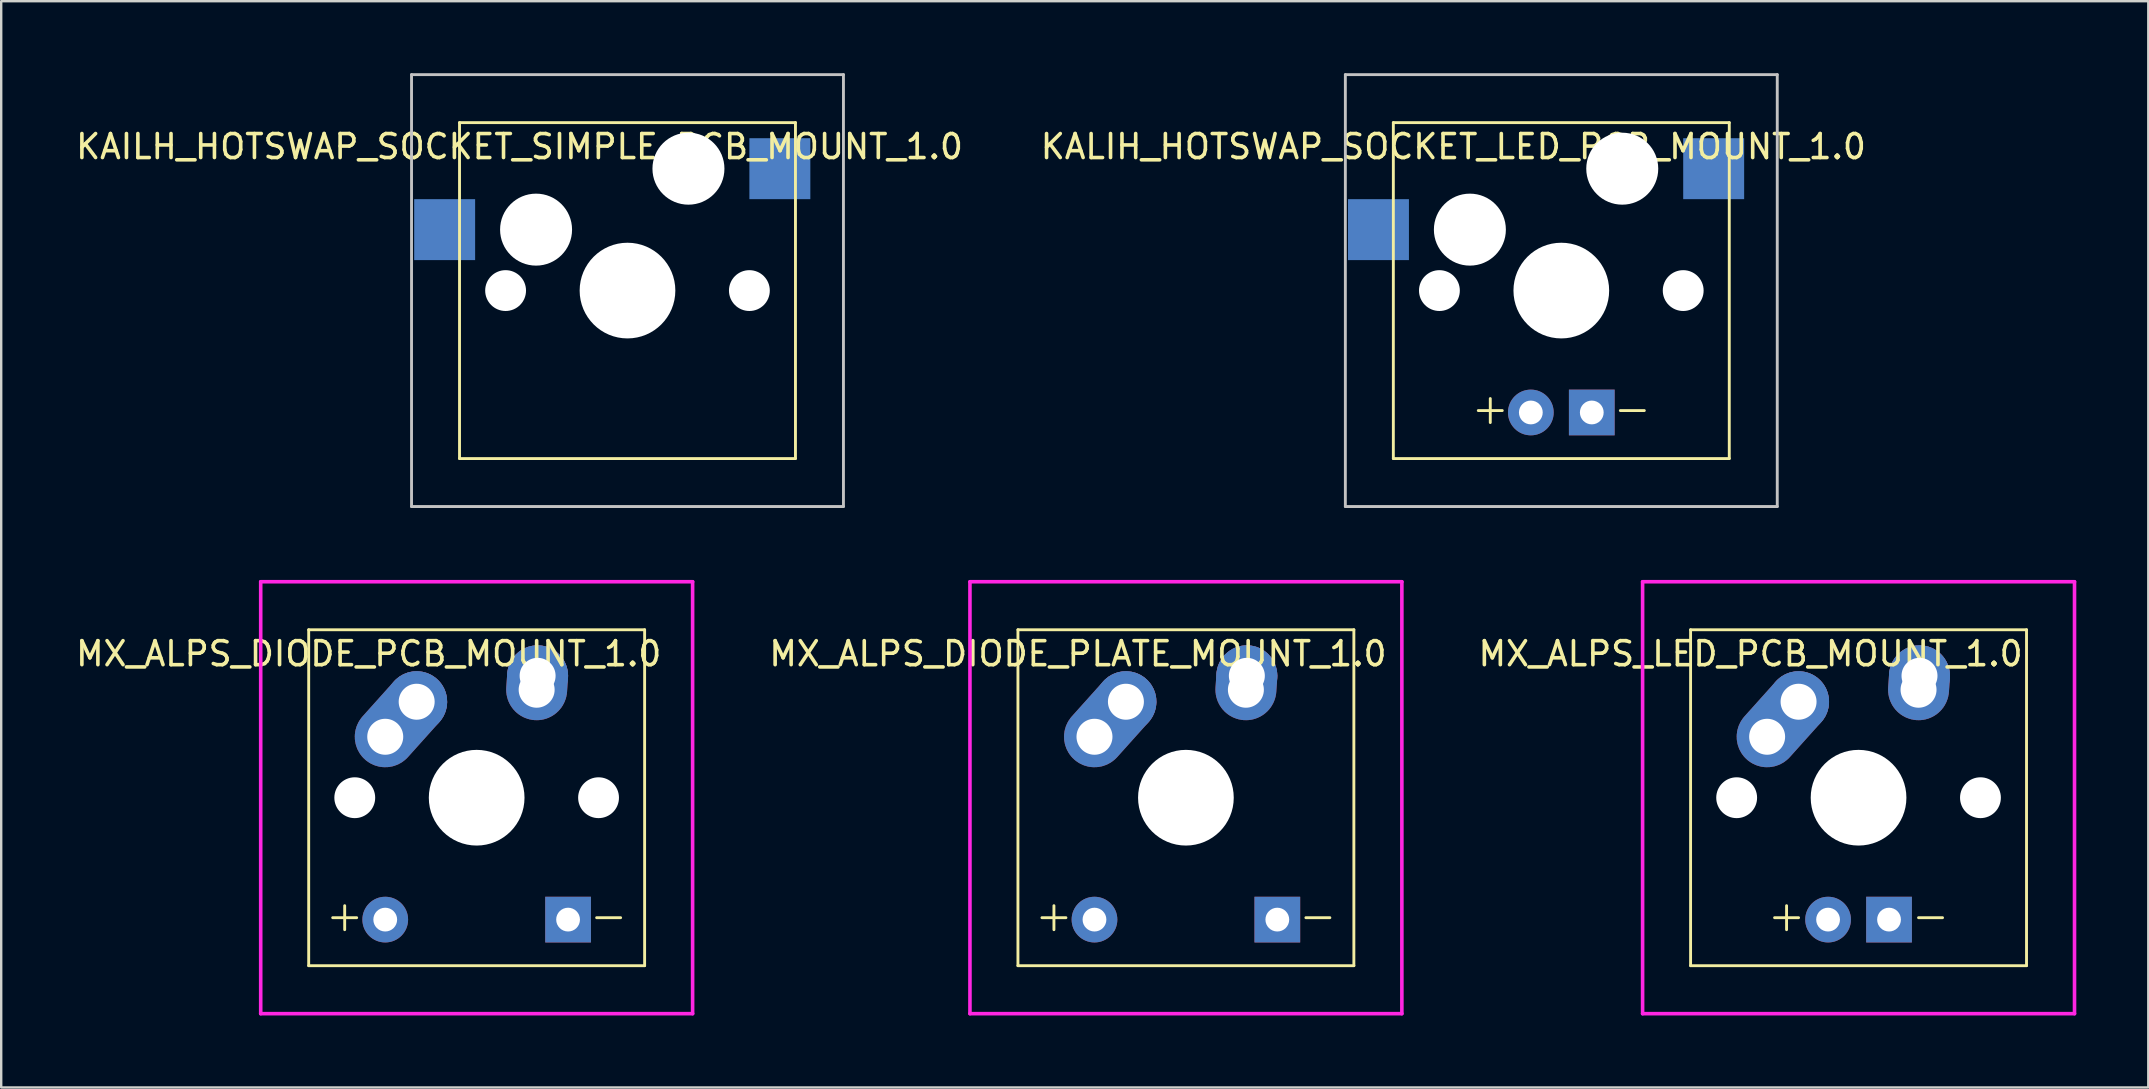
<source format=kicad_pcb>
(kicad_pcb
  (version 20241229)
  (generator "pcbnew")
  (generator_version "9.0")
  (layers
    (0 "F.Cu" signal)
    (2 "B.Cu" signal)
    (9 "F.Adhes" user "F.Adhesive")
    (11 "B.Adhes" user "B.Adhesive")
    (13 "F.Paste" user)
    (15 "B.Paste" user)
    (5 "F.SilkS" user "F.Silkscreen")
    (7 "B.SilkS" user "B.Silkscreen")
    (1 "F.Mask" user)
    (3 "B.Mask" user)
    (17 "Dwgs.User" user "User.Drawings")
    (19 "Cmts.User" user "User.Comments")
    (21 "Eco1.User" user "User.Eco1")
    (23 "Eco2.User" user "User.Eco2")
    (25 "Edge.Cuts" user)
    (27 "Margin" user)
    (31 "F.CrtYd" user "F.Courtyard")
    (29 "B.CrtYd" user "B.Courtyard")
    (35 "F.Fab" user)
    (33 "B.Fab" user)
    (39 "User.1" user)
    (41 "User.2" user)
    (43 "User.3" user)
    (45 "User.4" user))
  (footprint "KAILH_HOTSWAP_SOCKET_SIMPLE_PCB_MOUNT_1.0"
    (layer "F.Cu")
    (at 23.101 9.06)
    (property "Reference" "KAILH_HOTSWAP_SOCKET_SIMPLE_PCB_MOUNT_1.0" (at -4.5 -6 0) (layer "F.SilkS") (effects (font (size 1 1) (thickness 0.15))))
    (attr through_hole)
    (fp_line (start -7 -7) (end -7 7) (stroke (width 0.12) (type solid)) (layer "F.SilkS"))
    (fp_line (start -7 7) (end 7 7) (stroke (width 0.12) (type solid)) (layer "F.SilkS"))
    (fp_line (start 7 -7) (end -7 -7) (stroke (width 0.12) (type solid)) (layer "F.SilkS"))
    (fp_line (start 7 7) (end 7 -7) (stroke (width 0.12) (type solid)) (layer "F.SilkS"))
    (fp_line (start -9 -9) (end -9 9) (stroke (width 0.12) (type solid)) (layer "Dwgs.User"))
    (fp_line (start -9 9) (end 9 9) (stroke (width 0.12) (type solid)) (layer "Dwgs.User"))
    (fp_line (start 9 -9) (end -9 -9) (stroke (width 0.12) (type solid)) (layer "Dwgs.User"))
    (fp_line (start 9 9) (end 9 -9) (stroke (width 0.12) (type solid)) (layer "Dwgs.User"))
    (pad "" np_thru_hole circle (at -5.08 0) (size 1.702 1.702) (drill 1.702) (layers "*.Cu" "*.Mask"))
    (pad "" np_thru_hole circle (at -3.81 -2.54) (size 3 3) (drill 3) (layers "*.Cu" "*.Mask"))
    (pad "" np_thru_hole circle (at 0 0) (size 3.988 3.988) (drill 3.988) (layers "*.Cu" "*.Mask"))
    (pad "" np_thru_hole circle (at 2.54 -5.08) (size 3 3) (drill 3) (layers "*.Cu" "*.Mask"))
    (pad "" np_thru_hole circle (at 5.08 0) (size 1.702 1.702) (drill 1.702) (layers "*.Cu" "*.Mask"))
    (pad "S1" smd rect (at -7.62 -2.54) (size 2.54 2.54) (layers "B.Cu" "B.Mask" "B.Paste"))
    (pad "S2" smd rect (at 6.35 -5.08) (size 2.54 2.54) (layers "B.Cu" "B.Mask" "B.Paste")))
  (footprint "MX_ALPS_LED_PCB_MOUNT_1.0"
    (layer "F.Cu")
    (at 74.406 30.195)
    (property "Reference" "MX_ALPS_LED_PCB_MOUNT_1.0" (at -4.5 -6 0) (layer "F.SilkS") (effects (font (size 1 1) (thickness 0.15))))
    (attr through_hole)
    (fp_line (start -7 -7) (end 7 -7) (stroke (width 0.12) (type solid)) (layer "F.SilkS"))
    (fp_line (start -7 7) (end -7 -7) (stroke (width 0.12) (type solid)) (layer "F.SilkS"))
    (fp_line (start -3.5 5) (end -2.5 5) (stroke (width 0.12) (type solid)) (layer "F.SilkS"))
    (fp_line (start -3 4.5) (end -3 5.5) (stroke (width 0.12) (type solid)) (layer "F.SilkS"))
    (fp_line (start 2.5 5) (end 3.5 5) (stroke (width 0.12) (type solid)) (layer "F.SilkS"))
    (fp_line (start 7 -7) (end 7 7) (stroke (width 0.12) (type solid)) (layer "F.SilkS"))
    (fp_line (start 7 7) (end -7 7) (stroke (width 0.12) (type solid)) (layer "F.SilkS"))
    (fp_line (start -9 -9) (end -9 9) (stroke (width 0.15) (type solid)) (layer "F.CrtYd"))
    (fp_line (start -9 9) (end 9 9) (stroke (width 0.15) (type solid)) (layer "F.CrtYd"))
    (fp_line (start 9 -9) (end -9 -9) (stroke (width 0.15) (type solid)) (layer "F.CrtYd"))
    (fp_line (start 9 9) (end 9 -9) (stroke (width 0.15) (type solid)) (layer "F.CrtYd"))
    (pad "" np_thru_hole circle (at -5.08 0) (size 1.702 1.702) (drill 1.702) (layers "*.Cu" "*.Mask"))
    (pad "" np_thru_hole circle (at 0 0) (size 3.988 3.988) (drill 3.988) (layers "*.Cu" "*.Mask"))
    (pad "" np_thru_hole circle (at 5.08 0) (size 1.702 1.702) (drill 1.702) (layers "*.Cu" "*.Mask"))
    (pad "A" thru_hole circle (at -1.27 5.08) (size 1.905 1.905) (drill 0.991) (layers "*.Cu" "*.Mask"))
    (pad "K" thru_hole rect (at 1.27 5.08) (size 1.905 1.905) (drill 0.991) (layers "*.Cu" "*.Mask"))
    (pad "S1" thru_hole custom (at -3.81 -2.54) (size 2.54 2.54) (drill 1.499) (layers "*.Cu" "*.Mask") (options (anchor circle)) (primitives (gr_line (start 0 0) (end 1.31 -1.46) (width 2.54))))
    (pad "S1" thru_hole circle (at -2.5 -4) (size 2.54 2.54) (drill 1.499) (layers "*.Cu" "*.Mask"))
    (pad "S2" thru_hole custom (at 2.5 -4.5) (size 2.54 2.54) (drill 1.499) (layers "*.Cu" "*.Mask") (options (anchor circle)) (primitives (gr_line (start 0 0) (end 0.04 -0.58) (width 2.54))))
    (pad "S2" thru_hole circle (at 2.54 -5.08) (size 2.54 2.54) (drill 1.499) (layers "*.Cu" "*.Mask")))
  (footprint "MX_ALPS_DIODE_PCB_MOUNT_1.0"
    (layer "F.Cu")
    (at 16.815 30.195)
    (property "Reference" "MX_ALPS_DIODE_PCB_MOUNT_1.0" (at -4.5 -6 0) (layer "F.SilkS") (effects (font (size 1 1) (thickness 0.15))))
    (attr through_hole)
    (fp_line (start -7 -7) (end 7 -7) (stroke (width 0.12) (type solid)) (layer "F.SilkS"))
    (fp_line (start -7 7) (end -7 -7) (stroke (width 0.12) (type solid)) (layer "F.SilkS"))
    (fp_line (start -6 5) (end -5 5) (stroke (width 0.12) (type solid)) (layer "F.SilkS"))
    (fp_line (start -5.5 4.5) (end -5.5 5.5) (stroke (width 0.12) (type solid)) (layer "F.SilkS"))
    (fp_line (start 5 5) (end 6 5) (stroke (width 0.12) (type solid)) (layer "F.SilkS"))
    (fp_line (start 7 -7) (end 7 7) (stroke (width 0.12) (type solid)) (layer "F.SilkS"))
    (fp_line (start 7 7) (end -7 7) (stroke (width 0.12) (type solid)) (layer "F.SilkS"))
    (fp_line (start -9 -9) (end -9 9) (stroke (width 0.15) (type solid)) (layer "F.CrtYd"))
    (fp_line (start -9 9) (end 9 9) (stroke (width 0.15) (type solid)) (layer "F.CrtYd"))
    (fp_line (start 9 -9) (end -9 -9) (stroke (width 0.15) (type solid)) (layer "F.CrtYd"))
    (fp_line (start 9 9) (end 9 -9) (stroke (width 0.15) (type solid)) (layer "F.CrtYd"))
    (pad "" np_thru_hole circle (at -5.08 0) (size 1.702 1.702) (drill 1.702) (layers "*.Cu" "*.Mask"))
    (pad "" np_thru_hole circle (at 0 0) (size 3.988 3.988) (drill 3.988) (layers "*.Cu" "*.Mask"))
    (pad "" np_thru_hole circle (at 5.08 0) (size 1.702 1.702) (drill 1.702) (layers "*.Cu" "*.Mask"))
    (pad "A" thru_hole circle (at -3.81 5.08) (size 1.905 1.905) (drill 0.991) (layers "*.Cu" "*.Mask"))
    (pad "K" thru_hole rect (at 3.81 5.08) (size 1.905 1.905) (drill 0.991) (layers "*.Cu" "*.Mask"))
    (pad "S1" thru_hole custom (at -3.81 -2.54) (size 2.54 2.54) (drill 1.499) (layers "*.Cu" "*.Mask") (options (anchor circle)) (primitives (gr_line (start 0 0) (end 1.31 -1.46) (width 2.54))))
    (pad "S1" thru_hole circle (at -2.5 -4) (size 2.54 2.54) (drill 1.499) (layers "*.Cu" "*.Mask"))
    (pad "S2" thru_hole custom (at 2.5 -4.5) (size 2.54 2.54) (drill 1.499) (layers "*.Cu" "*.Mask") (options (anchor circle)) (primitives (gr_line (start 0 0) (end 0.04 -0.58) (width 2.54))))
    (pad "S2" thru_hole circle (at 2.54 -5.08) (size 2.54 2.54) (drill 1.499) (layers "*.Cu" "*.Mask")))
  (footprint "KALIH_HOTSWAP_SOCKET_LED_PCB_MOUNT_1.0"
    (layer "F.Cu")
    (at 62.018 9.06)
    (property "Reference" "KALIH_HOTSWAP_SOCKET_LED_PCB_MOUNT_1.0" (at -4.5 -6 0) (layer "F.SilkS") (effects (font (size 1 1) (thickness 0.15))))
    (attr through_hole)
    (fp_line (start -7 -7) (end -7 7) (stroke (width 0.12) (type solid)) (layer "F.SilkS"))
    (fp_line (start -7 7) (end 7 7) (stroke (width 0.12) (type solid)) (layer "F.SilkS"))
    (fp_line (start -3.46 5) (end -2.46 5) (stroke (width 0.12) (type solid)) (layer "F.SilkS"))
    (fp_line (start -2.96 4.5) (end -2.96 5.5) (stroke (width 0.12) (type solid)) (layer "F.SilkS"))
    (fp_line (start 2.46 5) (end 3.46 5) (stroke (width 0.12) (type solid)) (layer "F.SilkS"))
    (fp_line (start 7 -7) (end -7 -7) (stroke (width 0.12) (type solid)) (layer "F.SilkS"))
    (fp_line (start 7 7) (end 7 -7) (stroke (width 0.12) (type solid)) (layer "F.SilkS"))
    (fp_line (start -9 -9) (end -9 9) (stroke (width 0.12) (type solid)) (layer "Dwgs.User"))
    (fp_line (start -9 9) (end 9 9) (stroke (width 0.12) (type solid)) (layer "Dwgs.User"))
    (fp_line (start 9 -9) (end -9 -9) (stroke (width 0.12) (type solid)) (layer "Dwgs.User"))
    (fp_line (start 9 9) (end 9 -9) (stroke (width 0.12) (type solid)) (layer "Dwgs.User"))
    (pad "" np_thru_hole circle (at -5.08 0) (size 1.702 1.702) (drill 1.702) (layers "*.Cu" "*.Mask"))
    (pad "" np_thru_hole circle (at -3.81 -2.54) (size 3 3) (drill 3) (layers "*.Cu" "*.Mask"))
    (pad "" np_thru_hole circle (at 0 0) (size 3.988 3.988) (drill 3.988) (layers "*.Cu" "*.Mask"))
    (pad "" np_thru_hole circle (at 2.54 -5.08) (size 3 3) (drill 3) (layers "*.Cu" "*.Mask"))
    (pad "" np_thru_hole circle (at 5.08 0) (size 1.702 1.702) (drill 1.702) (layers "*.Cu" "*.Mask"))
    (pad "A" thru_hole circle (at -1.27 5.08) (size 1.905 1.905) (drill 0.991) (layers "*.Cu" "*.Mask"))
    (pad "K" thru_hole rect (at 1.27 5.08) (size 1.905 1.905) (drill 0.991) (layers "*.Cu" "*.Mask"))
    (pad "S1" smd rect (at -7.62 -2.54) (size 2.54 2.54) (layers "B.Cu" "B.Mask" "B.Paste"))
    (pad "S2" smd rect (at 6.35 -5.08) (size 2.54 2.54) (layers "B.Cu" "B.Mask" "B.Paste")))
  (footprint "MX_ALPS_DIODE_PLATE_MOUNT_1.0"
    (layer "F.Cu")
    (at 46.373 30.195)
    (property "Reference" "MX_ALPS_DIODE_PLATE_MOUNT_1.0" (at -4.5 -6 0) (layer "F.SilkS") (effects (font (size 1 1) (thickness 0.15))))
    (attr through_hole)
    (fp_line (start -7 -7) (end 7 -7) (stroke (width 0.12) (type solid)) (layer "F.SilkS"))
    (fp_line (start -7 7) (end -7 -7) (stroke (width 0.12) (type solid)) (layer "F.SilkS"))
    (fp_line (start -6 5) (end -5 5) (stroke (width 0.12) (type solid)) (layer "F.SilkS"))
    (fp_line (start -5.5 4.5) (end -5.5 5.5) (stroke (width 0.12) (type solid)) (layer "F.SilkS"))
    (fp_line (start 5 5) (end 6 5) (stroke (width 0.12) (type solid)) (layer "F.SilkS"))
    (fp_line (start 7 -7) (end 7 7) (stroke (width 0.12) (type solid)) (layer "F.SilkS"))
    (fp_line (start 7 7) (end -7 7) (stroke (width 0.12) (type solid)) (layer "F.SilkS"))
    (fp_line (start -9 -9) (end -9 9) (stroke (width 0.15) (type solid)) (layer "F.CrtYd"))
    (fp_line (start -9 9) (end 9 9) (stroke (width 0.15) (type solid)) (layer "F.CrtYd"))
    (fp_line (start 9 -9) (end -9 -9) (stroke (width 0.15) (type solid)) (layer "F.CrtYd"))
    (fp_line (start 9 9) (end 9 -9) (stroke (width 0.15) (type solid)) (layer "F.CrtYd"))
    (pad "" np_thru_hole circle (at 0 0) (size 3.988 3.988) (drill 3.988) (layers "*.Cu" "*.Mask"))
    (pad "A" thru_hole circle (at -3.81 5.08) (size 1.905 1.905) (drill 0.991) (layers "*.Cu" "*.Mask"))
    (pad "K" thru_hole rect (at 3.81 5.08) (size 1.905 1.905) (drill 0.991) (layers "*.Cu" "*.Mask"))
    (pad "S1" thru_hole custom (at -3.81 -2.54) (size 2.54 2.54) (drill 1.499) (layers "*.Cu" "*.Mask") (options (anchor circle)) (primitives (gr_line (start 0 0) (end 1.31 -1.46) (width 2.54))))
    (pad "S1" thru_hole circle (at -2.5 -4) (size 2.54 2.54) (drill 1.499) (layers "*.Cu" "*.Mask"))
    (pad "S2" thru_hole custom (at 2.5 -4.5) (size 2.54 2.54) (drill 1.499) (layers "*.Cu" "*.Mask") (options (anchor circle)) (primitives (gr_line (start 0 0) (end 0.04 -0.58) (width 2.54))))
    (pad "S2" thru_hole circle (at 2.54 -5.08) (size 2.54 2.54) (drill 1.499) (layers "*.Cu" "*.Mask")))
  (gr_rect
    (start -3 -3)
    (end 86.481 42.27)
    (stroke (width 0.1) (type default))
    (fill no)
    (layer "Edge.Cuts")))
</source>
